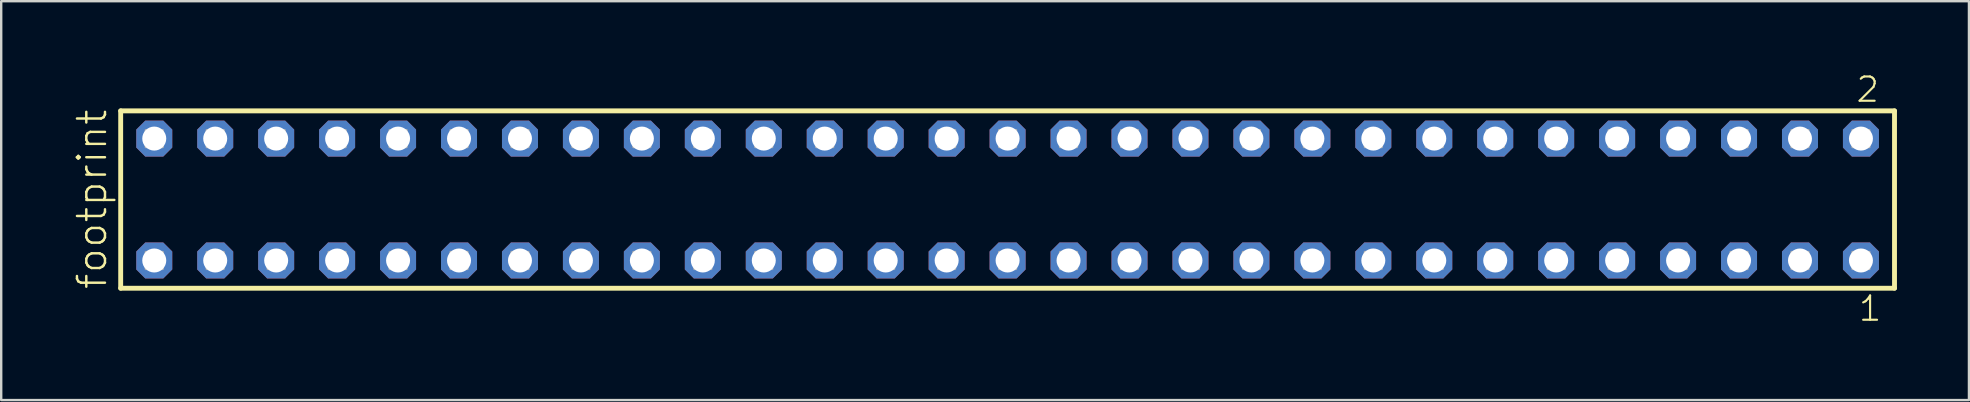
<source format=kicad_pcb>
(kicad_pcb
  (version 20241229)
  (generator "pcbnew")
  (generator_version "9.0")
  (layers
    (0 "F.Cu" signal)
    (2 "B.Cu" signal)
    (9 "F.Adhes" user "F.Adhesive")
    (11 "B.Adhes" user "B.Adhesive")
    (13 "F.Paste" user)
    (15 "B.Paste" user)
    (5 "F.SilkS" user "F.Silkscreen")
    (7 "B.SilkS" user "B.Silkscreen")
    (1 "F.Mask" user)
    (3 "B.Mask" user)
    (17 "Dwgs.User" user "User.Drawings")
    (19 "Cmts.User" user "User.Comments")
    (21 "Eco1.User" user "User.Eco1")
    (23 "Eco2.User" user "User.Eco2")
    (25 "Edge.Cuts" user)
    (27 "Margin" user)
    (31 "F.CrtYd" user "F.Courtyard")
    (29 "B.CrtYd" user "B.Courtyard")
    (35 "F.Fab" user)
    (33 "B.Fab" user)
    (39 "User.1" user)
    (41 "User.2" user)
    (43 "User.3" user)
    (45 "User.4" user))
  (footprint "footprint"
    (layer "F.Cu")
    (at 38.938 5.265)
    (property "Reference" "footprint" (at -37.465 3.81 90) (layer "F.SilkS") (effects (font (size 1.168 1.168) (thickness 0.102)) (justify left bottom)))
    (fp_line (start -36.959 -3.695) (end 36.959 -3.695) (stroke (width 0.203) (type solid)) (layer "F.SilkS"))
    (fp_line (start -36.959 3.695) (end -36.959 -3.695) (stroke (width 0.203) (type solid)) (layer "F.SilkS"))
    (fp_line (start 36.959 -3.695) (end 36.959 3.695) (stroke (width 0.203) (type solid)) (layer "F.SilkS"))
    (fp_line (start 36.959 3.695) (end -36.959 3.695) (stroke (width 0.203) (type solid)) (layer "F.SilkS"))
    (fp_poly (pts (xy -35.91 -2.19) (xy -35.21 -2.19) (xy -35.21 -2.89) (xy -35.91 -2.89)) (stroke (width 0.1) (type solid)) (fill no) (layer "F.Fab"))
    (fp_poly (pts (xy -35.91 2.89) (xy -35.21 2.89) (xy -35.21 2.19) (xy -35.91 2.19)) (stroke (width 0.1) (type solid)) (fill no) (layer "F.Fab"))
    (fp_poly (pts (xy -33.37 -2.19) (xy -32.67 -2.19) (xy -32.67 -2.89) (xy -33.37 -2.89)) (stroke (width 0.1) (type solid)) (fill no) (layer "F.Fab"))
    (fp_poly (pts (xy -33.37 2.89) (xy -32.67 2.89) (xy -32.67 2.19) (xy -33.37 2.19)) (stroke (width 0.1) (type solid)) (fill no) (layer "F.Fab"))
    (fp_poly (pts (xy -30.83 -2.19) (xy -30.13 -2.19) (xy -30.13 -2.89) (xy -30.83 -2.89)) (stroke (width 0.1) (type solid)) (fill no) (layer "F.Fab"))
    (fp_poly (pts (xy -30.83 2.89) (xy -30.13 2.89) (xy -30.13 2.19) (xy -30.83 2.19)) (stroke (width 0.1) (type solid)) (fill no) (layer "F.Fab"))
    (fp_poly (pts (xy -28.29 -2.19) (xy -27.59 -2.19) (xy -27.59 -2.89) (xy -28.29 -2.89)) (stroke (width 0.1) (type solid)) (fill no) (layer "F.Fab"))
    (fp_poly (pts (xy -28.29 2.89) (xy -27.59 2.89) (xy -27.59 2.19) (xy -28.29 2.19)) (stroke (width 0.1) (type solid)) (fill no) (layer "F.Fab"))
    (fp_poly (pts (xy -25.75 -2.19) (xy -25.05 -2.19) (xy -25.05 -2.89) (xy -25.75 -2.89)) (stroke (width 0.1) (type solid)) (fill no) (layer "F.Fab"))
    (fp_poly (pts (xy -25.75 2.89) (xy -25.05 2.89) (xy -25.05 2.19) (xy -25.75 2.19)) (stroke (width 0.1) (type solid)) (fill no) (layer "F.Fab"))
    (fp_poly (pts (xy -23.21 -2.19) (xy -22.51 -2.19) (xy -22.51 -2.89) (xy -23.21 -2.89)) (stroke (width 0.1) (type solid)) (fill no) (layer "F.Fab"))
    (fp_poly (pts (xy -23.21 2.89) (xy -22.51 2.89) (xy -22.51 2.19) (xy -23.21 2.19)) (stroke (width 0.1) (type solid)) (fill no) (layer "F.Fab"))
    (fp_poly (pts (xy -20.67 -2.19) (xy -19.97 -2.19) (xy -19.97 -2.89) (xy -20.67 -2.89)) (stroke (width 0.1) (type solid)) (fill no) (layer "F.Fab"))
    (fp_poly (pts (xy -20.67 2.89) (xy -19.97 2.89) (xy -19.97 2.19) (xy -20.67 2.19)) (stroke (width 0.1) (type solid)) (fill no) (layer "F.Fab"))
    (fp_poly (pts (xy -18.13 -2.19) (xy -17.43 -2.19) (xy -17.43 -2.89) (xy -18.13 -2.89)) (stroke (width 0.1) (type solid)) (fill no) (layer "F.Fab"))
    (fp_poly (pts (xy -18.13 2.89) (xy -17.43 2.89) (xy -17.43 2.19) (xy -18.13 2.19)) (stroke (width 0.1) (type solid)) (fill no) (layer "F.Fab"))
    (fp_poly (pts (xy -15.59 -2.19) (xy -14.89 -2.19) (xy -14.89 -2.89) (xy -15.59 -2.89)) (stroke (width 0.1) (type solid)) (fill no) (layer "F.Fab"))
    (fp_poly (pts (xy -15.59 2.89) (xy -14.89 2.89) (xy -14.89 2.19) (xy -15.59 2.19)) (stroke (width 0.1) (type solid)) (fill no) (layer "F.Fab"))
    (fp_poly (pts (xy -13.05 -2.19) (xy -12.35 -2.19) (xy -12.35 -2.89) (xy -13.05 -2.89)) (stroke (width 0.1) (type solid)) (fill no) (layer "F.Fab"))
    (fp_poly (pts (xy -13.05 2.89) (xy -12.35 2.89) (xy -12.35 2.19) (xy -13.05 2.19)) (stroke (width 0.1) (type solid)) (fill no) (layer "F.Fab"))
    (fp_poly (pts (xy -10.51 -2.19) (xy -9.81 -2.19) (xy -9.81 -2.89) (xy -10.51 -2.89)) (stroke (width 0.1) (type solid)) (fill no) (layer "F.Fab"))
    (fp_poly (pts (xy -10.51 2.89) (xy -9.81 2.89) (xy -9.81 2.19) (xy -10.51 2.19)) (stroke (width 0.1) (type solid)) (fill no) (layer "F.Fab"))
    (fp_poly (pts (xy -7.97 -2.19) (xy -7.27 -2.19) (xy -7.27 -2.89) (xy -7.97 -2.89)) (stroke (width 0.1) (type solid)) (fill no) (layer "F.Fab"))
    (fp_poly (pts (xy -7.97 2.89) (xy -7.27 2.89) (xy -7.27 2.19) (xy -7.97 2.19)) (stroke (width 0.1) (type solid)) (fill no) (layer "F.Fab"))
    (fp_poly (pts (xy -5.43 -2.19) (xy -4.73 -2.19) (xy -4.73 -2.89) (xy -5.43 -2.89)) (stroke (width 0.1) (type solid)) (fill no) (layer "F.Fab"))
    (fp_poly (pts (xy -5.43 2.89) (xy -4.73 2.89) (xy -4.73 2.19) (xy -5.43 2.19)) (stroke (width 0.1) (type solid)) (fill no) (layer "F.Fab"))
    (fp_poly (pts (xy -2.89 -2.19) (xy -2.19 -2.19) (xy -2.19 -2.89) (xy -2.89 -2.89)) (stroke (width 0.1) (type solid)) (fill no) (layer "F.Fab"))
    (fp_poly (pts (xy -2.89 2.89) (xy -2.19 2.89) (xy -2.19 2.19) (xy -2.89 2.19)) (stroke (width 0.1) (type solid)) (fill no) (layer "F.Fab"))
    (fp_poly (pts (xy -0.35 -2.19) (xy 0.35 -2.19) (xy 0.35 -2.89) (xy -0.35 -2.89)) (stroke (width 0.1) (type solid)) (fill no) (layer "F.Fab"))
    (fp_poly (pts (xy -0.35 2.89) (xy 0.35 2.89) (xy 0.35 2.19) (xy -0.35 2.19)) (stroke (width 0.1) (type solid)) (fill no) (layer "F.Fab"))
    (fp_poly (pts (xy 2.19 -2.19) (xy 2.89 -2.19) (xy 2.89 -2.89) (xy 2.19 -2.89)) (stroke (width 0.1) (type solid)) (fill no) (layer "F.Fab"))
    (fp_poly (pts (xy 2.19 2.89) (xy 2.89 2.89) (xy 2.89 2.19) (xy 2.19 2.19)) (stroke (width 0.1) (type solid)) (fill no) (layer "F.Fab"))
    (fp_poly (pts (xy 4.73 -2.19) (xy 5.43 -2.19) (xy 5.43 -2.89) (xy 4.73 -2.89)) (stroke (width 0.1) (type solid)) (fill no) (layer "F.Fab"))
    (fp_poly (pts (xy 4.73 2.89) (xy 5.43 2.89) (xy 5.43 2.19) (xy 4.73 2.19)) (stroke (width 0.1) (type solid)) (fill no) (layer "F.Fab"))
    (fp_poly (pts (xy 7.27 -2.19) (xy 7.97 -2.19) (xy 7.97 -2.89) (xy 7.27 -2.89)) (stroke (width 0.1) (type solid)) (fill no) (layer "F.Fab"))
    (fp_poly (pts (xy 7.27 2.89) (xy 7.97 2.89) (xy 7.97 2.19) (xy 7.27 2.19)) (stroke (width 0.1) (type solid)) (fill no) (layer "F.Fab"))
    (fp_poly (pts (xy 9.81 -2.19) (xy 10.51 -2.19) (xy 10.51 -2.89) (xy 9.81 -2.89)) (stroke (width 0.1) (type solid)) (fill no) (layer "F.Fab"))
    (fp_poly (pts (xy 9.81 2.89) (xy 10.51 2.89) (xy 10.51 2.19) (xy 9.81 2.19)) (stroke (width 0.1) (type solid)) (fill no) (layer "F.Fab"))
    (fp_poly (pts (xy 12.35 -2.19) (xy 13.05 -2.19) (xy 13.05 -2.89) (xy 12.35 -2.89)) (stroke (width 0.1) (type solid)) (fill no) (layer "F.Fab"))
    (fp_poly (pts (xy 12.35 2.89) (xy 13.05 2.89) (xy 13.05 2.19) (xy 12.35 2.19)) (stroke (width 0.1) (type solid)) (fill no) (layer "F.Fab"))
    (fp_poly (pts (xy 14.89 -2.19) (xy 15.59 -2.19) (xy 15.59 -2.89) (xy 14.89 -2.89)) (stroke (width 0.1) (type solid)) (fill no) (layer "F.Fab"))
    (fp_poly (pts (xy 14.89 2.89) (xy 15.59 2.89) (xy 15.59 2.19) (xy 14.89 2.19)) (stroke (width 0.1) (type solid)) (fill no) (layer "F.Fab"))
    (fp_poly (pts (xy 17.43 -2.19) (xy 18.13 -2.19) (xy 18.13 -2.89) (xy 17.43 -2.89)) (stroke (width 0.1) (type solid)) (fill no) (layer "F.Fab"))
    (fp_poly (pts (xy 17.43 2.89) (xy 18.13 2.89) (xy 18.13 2.19) (xy 17.43 2.19)) (stroke (width 0.1) (type solid)) (fill no) (layer "F.Fab"))
    (fp_poly (pts (xy 19.97 -2.19) (xy 20.67 -2.19) (xy 20.67 -2.89) (xy 19.97 -2.89)) (stroke (width 0.1) (type solid)) (fill no) (layer "F.Fab"))
    (fp_poly (pts (xy 19.97 2.89) (xy 20.67 2.89) (xy 20.67 2.19) (xy 19.97 2.19)) (stroke (width 0.1) (type solid)) (fill no) (layer "F.Fab"))
    (fp_poly (pts (xy 22.51 -2.19) (xy 23.21 -2.19) (xy 23.21 -2.89) (xy 22.51 -2.89)) (stroke (width 0.1) (type solid)) (fill no) (layer "F.Fab"))
    (fp_poly (pts (xy 22.51 2.89) (xy 23.21 2.89) (xy 23.21 2.19) (xy 22.51 2.19)) (stroke (width 0.1) (type solid)) (fill no) (layer "F.Fab"))
    (fp_poly (pts (xy 25.05 -2.19) (xy 25.75 -2.19) (xy 25.75 -2.89) (xy 25.05 -2.89)) (stroke (width 0.1) (type solid)) (fill no) (layer "F.Fab"))
    (fp_poly (pts (xy 25.05 2.89) (xy 25.75 2.89) (xy 25.75 2.19) (xy 25.05 2.19)) (stroke (width 0.1) (type solid)) (fill no) (layer "F.Fab"))
    (fp_poly (pts (xy 27.59 -2.19) (xy 28.29 -2.19) (xy 28.29 -2.89) (xy 27.59 -2.89)) (stroke (width 0.1) (type solid)) (fill no) (layer "F.Fab"))
    (fp_poly (pts (xy 27.59 2.89) (xy 28.29 2.89) (xy 28.29 2.19) (xy 27.59 2.19)) (stroke (width 0.1) (type solid)) (fill no) (layer "F.Fab"))
    (fp_poly (pts (xy 30.13 -2.19) (xy 30.83 -2.19) (xy 30.83 -2.89) (xy 30.13 -2.89)) (stroke (width 0.1) (type solid)) (fill no) (layer "F.Fab"))
    (fp_poly (pts (xy 30.13 2.89) (xy 30.83 2.89) (xy 30.83 2.19) (xy 30.13 2.19)) (stroke (width 0.1) (type solid)) (fill no) (layer "F.Fab"))
    (fp_poly (pts (xy 32.67 -2.19) (xy 33.37 -2.19) (xy 33.37 -2.89) (xy 32.67 -2.89)) (stroke (width 0.1) (type solid)) (fill no) (layer "F.Fab"))
    (fp_poly (pts (xy 32.67 2.89) (xy 33.37 2.89) (xy 33.37 2.19) (xy 32.67 2.19)) (stroke (width 0.1) (type solid)) (fill no) (layer "F.Fab"))
    (fp_poly (pts (xy 35.21 -2.19) (xy 35.91 -2.19) (xy 35.91 -2.89) (xy 35.21 -2.89)) (stroke (width 0.1) (type solid)) (fill no) (layer "F.Fab"))
    (fp_poly (pts (xy 35.21 2.89) (xy 35.91 2.89) (xy 35.91 2.19) (xy 35.21 2.19)) (stroke (width 0.1) (type solid)) (fill no) (layer "F.Fab"))
    (fp_text user "1" (at 35.402 5.138 0) (layer "F.SilkS") (effects (font (size 1.012 1.012) (thickness 0.088)) (justify left bottom)))
    (fp_text user "2" (at 35.302 -3.989 0) (layer "F.SilkS") (effects (font (size 1.012 1.012) (thickness 0.088)) (justify left bottom)))
    (pad "1" thru_hole roundrect (at 35.56 2.54 180) (size 1.5 1.5) (drill 1) (layers "*.Cu" "*.Mask") (roundrect_rratio 0.25) (chamfer_ratio 0.25) (chamfer top_left top_right bottom_left bottom_right))
    (pad "2" thru_hole roundrect (at 35.56 -2.54 180) (size 1.5 1.5) (drill 1) (layers "*.Cu" "*.Mask") (roundrect_rratio 0.25) (chamfer_ratio 0.25) (chamfer top_left top_right bottom_left bottom_right))
    (pad "3" thru_hole roundrect (at 33.02 2.54 180) (size 1.5 1.5) (drill 1) (layers "*.Cu" "*.Mask") (roundrect_rratio 0.25) (chamfer_ratio 0.25) (chamfer top_left top_right bottom_left bottom_right))
    (pad "4" thru_hole roundrect (at 33.02 -2.54 180) (size 1.5 1.5) (drill 1) (layers "*.Cu" "*.Mask") (roundrect_rratio 0.25) (chamfer_ratio 0.25) (chamfer top_left top_right bottom_left bottom_right))
    (pad "5" thru_hole roundrect (at 30.48 2.54 180) (size 1.5 1.5) (drill 1) (layers "*.Cu" "*.Mask") (roundrect_rratio 0.25) (chamfer_ratio 0.25) (chamfer top_left top_right bottom_left bottom_right))
    (pad "6" thru_hole roundrect (at 30.48 -2.54 180) (size 1.5 1.5) (drill 1) (layers "*.Cu" "*.Mask") (roundrect_rratio 0.25) (chamfer_ratio 0.25) (chamfer top_left top_right bottom_left bottom_right))
    (pad "7" thru_hole roundrect (at 27.94 2.54 180) (size 1.5 1.5) (drill 1) (layers "*.Cu" "*.Mask") (roundrect_rratio 0.25) (chamfer_ratio 0.25) (chamfer top_left top_right bottom_left bottom_right))
    (pad "8" thru_hole roundrect (at 27.94 -2.54 180) (size 1.5 1.5) (drill 1) (layers "*.Cu" "*.Mask") (roundrect_rratio 0.25) (chamfer_ratio 0.25) (chamfer top_left top_right bottom_left bottom_right))
    (pad "9" thru_hole roundrect (at 25.4 2.54 180) (size 1.5 1.5) (drill 1) (layers "*.Cu" "*.Mask") (roundrect_rratio 0.25) (chamfer_ratio 0.25) (chamfer top_left top_right bottom_left bottom_right))
    (pad "10" thru_hole roundrect (at 25.4 -2.54 180) (size 1.5 1.5) (drill 1) (layers "*.Cu" "*.Mask") (roundrect_rratio 0.25) (chamfer_ratio 0.25) (chamfer top_left top_right bottom_left bottom_right))
    (pad "11" thru_hole roundrect (at 22.86 2.54 180) (size 1.5 1.5) (drill 1) (layers "*.Cu" "*.Mask") (roundrect_rratio 0.25) (chamfer_ratio 0.25) (chamfer top_left top_right bottom_left bottom_right))
    (pad "12" thru_hole roundrect (at 22.86 -2.54 180) (size 1.5 1.5) (drill 1) (layers "*.Cu" "*.Mask") (roundrect_rratio 0.25) (chamfer_ratio 0.25) (chamfer top_left top_right bottom_left bottom_right))
    (pad "13" thru_hole roundrect (at 20.32 2.54 180) (size 1.5 1.5) (drill 1) (layers "*.Cu" "*.Mask") (roundrect_rratio 0.25) (chamfer_ratio 0.25) (chamfer top_left top_right bottom_left bottom_right))
    (pad "14" thru_hole roundrect (at 20.32 -2.54 180) (size 1.5 1.5) (drill 1) (layers "*.Cu" "*.Mask") (roundrect_rratio 0.25) (chamfer_ratio 0.25) (chamfer top_left top_right bottom_left bottom_right))
    (pad "15" thru_hole roundrect (at 17.78 2.54 180) (size 1.5 1.5) (drill 1) (layers "*.Cu" "*.Mask") (roundrect_rratio 0.25) (chamfer_ratio 0.25) (chamfer top_left top_right bottom_left bottom_right))
    (pad "16" thru_hole roundrect (at 17.78 -2.54 180) (size 1.5 1.5) (drill 1) (layers "*.Cu" "*.Mask") (roundrect_rratio 0.25) (chamfer_ratio 0.25) (chamfer top_left top_right bottom_left bottom_right))
    (pad "17" thru_hole roundrect (at 15.24 2.54 180) (size 1.5 1.5) (drill 1) (layers "*.Cu" "*.Mask") (roundrect_rratio 0.25) (chamfer_ratio 0.25) (chamfer top_left top_right bottom_left bottom_right))
    (pad "18" thru_hole roundrect (at 15.24 -2.54 180) (size 1.5 1.5) (drill 1) (layers "*.Cu" "*.Mask") (roundrect_rratio 0.25) (chamfer_ratio 0.25) (chamfer top_left top_right bottom_left bottom_right))
    (pad "19" thru_hole roundrect (at 12.7 2.54 180) (size 1.5 1.5) (drill 1) (layers "*.Cu" "*.Mask") (roundrect_rratio 0.25) (chamfer_ratio 0.25) (chamfer top_left top_right bottom_left bottom_right))
    (pad "20" thru_hole roundrect (at 12.7 -2.54 180) (size 1.5 1.5) (drill 1) (layers "*.Cu" "*.Mask") (roundrect_rratio 0.25) (chamfer_ratio 0.25) (chamfer top_left top_right bottom_left bottom_right))
    (pad "21" thru_hole roundrect (at 10.16 2.54 180) (size 1.5 1.5) (drill 1) (layers "*.Cu" "*.Mask") (roundrect_rratio 0.25) (chamfer_ratio 0.25) (chamfer top_left top_right bottom_left bottom_right))
    (pad "22" thru_hole roundrect (at 10.16 -2.54 180) (size 1.5 1.5) (drill 1) (layers "*.Cu" "*.Mask") (roundrect_rratio 0.25) (chamfer_ratio 0.25) (chamfer top_left top_right bottom_left bottom_right))
    (pad "23" thru_hole roundrect (at 7.62 2.54 180) (size 1.5 1.5) (drill 1) (layers "*.Cu" "*.Mask") (roundrect_rratio 0.25) (chamfer_ratio 0.25) (chamfer top_left top_right bottom_left bottom_right))
    (pad "24" thru_hole roundrect (at 7.62 -2.54 180) (size 1.5 1.5) (drill 1) (layers "*.Cu" "*.Mask") (roundrect_rratio 0.25) (chamfer_ratio 0.25) (chamfer top_left top_right bottom_left bottom_right))
    (pad "25" thru_hole roundrect (at 5.08 2.54 180) (size 1.5 1.5) (drill 1) (layers "*.Cu" "*.Mask") (roundrect_rratio 0.25) (chamfer_ratio 0.25) (chamfer top_left top_right bottom_left bottom_right))
    (pad "26" thru_hole roundrect (at 5.08 -2.54 180) (size 1.5 1.5) (drill 1) (layers "*.Cu" "*.Mask") (roundrect_rratio 0.25) (chamfer_ratio 0.25) (chamfer top_left top_right bottom_left bottom_right))
    (pad "27" thru_hole roundrect (at 2.54 2.54 180) (size 1.5 1.5) (drill 1) (layers "*.Cu" "*.Mask") (roundrect_rratio 0.25) (chamfer_ratio 0.25) (chamfer top_left top_right bottom_left bottom_right))
    (pad "28" thru_hole roundrect (at 2.54 -2.54 180) (size 1.5 1.5) (drill 1) (layers "*.Cu" "*.Mask") (roundrect_rratio 0.25) (chamfer_ratio 0.25) (chamfer top_left top_right bottom_left bottom_right))
    (pad "29" thru_hole roundrect (at 0 2.54 180) (size 1.5 1.5) (drill 1) (layers "*.Cu" "*.Mask") (roundrect_rratio 0.25) (chamfer_ratio 0.25) (chamfer top_left top_right bottom_left bottom_right))
    (pad "30" thru_hole roundrect (at 0 -2.54 180) (size 1.5 1.5) (drill 1) (layers "*.Cu" "*.Mask") (roundrect_rratio 0.25) (chamfer_ratio 0.25) (chamfer top_left top_right bottom_left bottom_right))
    (pad "31" thru_hole roundrect (at -2.54 2.54 180) (size 1.5 1.5) (drill 1) (layers "*.Cu" "*.Mask") (roundrect_rratio 0.25) (chamfer_ratio 0.25) (chamfer top_left top_right bottom_left bottom_right))
    (pad "32" thru_hole roundrect (at -2.54 -2.54 180) (size 1.5 1.5) (drill 1) (layers "*.Cu" "*.Mask") (roundrect_rratio 0.25) (chamfer_ratio 0.25) (chamfer top_left top_right bottom_left bottom_right))
    (pad "33" thru_hole roundrect (at -5.08 2.54 180) (size 1.5 1.5) (drill 1) (layers "*.Cu" "*.Mask") (roundrect_rratio 0.25) (chamfer_ratio 0.25) (chamfer top_left top_right bottom_left bottom_right))
    (pad "34" thru_hole roundrect (at -5.08 -2.54 180) (size 1.5 1.5) (drill 1) (layers "*.Cu" "*.Mask") (roundrect_rratio 0.25) (chamfer_ratio 0.25) (chamfer top_left top_right bottom_left bottom_right))
    (pad "35" thru_hole roundrect (at -7.62 2.54 180) (size 1.5 1.5) (drill 1) (layers "*.Cu" "*.Mask") (roundrect_rratio 0.25) (chamfer_ratio 0.25) (chamfer top_left top_right bottom_left bottom_right))
    (pad "36" thru_hole roundrect (at -7.62 -2.54 180) (size 1.5 1.5) (drill 1) (layers "*.Cu" "*.Mask") (roundrect_rratio 0.25) (chamfer_ratio 0.25) (chamfer top_left top_right bottom_left bottom_right))
    (pad "37" thru_hole roundrect (at -10.16 2.54 180) (size 1.5 1.5) (drill 1) (layers "*.Cu" "*.Mask") (roundrect_rratio 0.25) (chamfer_ratio 0.25) (chamfer top_left top_right bottom_left bottom_right))
    (pad "38" thru_hole roundrect (at -10.16 -2.54 180) (size 1.5 1.5) (drill 1) (layers "*.Cu" "*.Mask") (roundrect_rratio 0.25) (chamfer_ratio 0.25) (chamfer top_left top_right bottom_left bottom_right))
    (pad "39" thru_hole roundrect (at -12.7 2.54 180) (size 1.5 1.5) (drill 1) (layers "*.Cu" "*.Mask") (roundrect_rratio 0.25) (chamfer_ratio 0.25) (chamfer top_left top_right bottom_left bottom_right))
    (pad "40" thru_hole roundrect (at -12.7 -2.54 180) (size 1.5 1.5) (drill 1) (layers "*.Cu" "*.Mask") (roundrect_rratio 0.25) (chamfer_ratio 0.25) (chamfer top_left top_right bottom_left bottom_right))
    (pad "41" thru_hole roundrect (at -15.24 2.54 180) (size 1.5 1.5) (drill 1) (layers "*.Cu" "*.Mask") (roundrect_rratio 0.25) (chamfer_ratio 0.25) (chamfer top_left top_right bottom_left bottom_right))
    (pad "42" thru_hole roundrect (at -15.24 -2.54 180) (size 1.5 1.5) (drill 1) (layers "*.Cu" "*.Mask") (roundrect_rratio 0.25) (chamfer_ratio 0.25) (chamfer top_left top_right bottom_left bottom_right))
    (pad "43" thru_hole roundrect (at -17.78 2.54 180) (size 1.5 1.5) (drill 1) (layers "*.Cu" "*.Mask") (roundrect_rratio 0.25) (chamfer_ratio 0.25) (chamfer top_left top_right bottom_left bottom_right))
    (pad "44" thru_hole roundrect (at -17.78 -2.54 180) (size 1.5 1.5) (drill 1) (layers "*.Cu" "*.Mask") (roundrect_rratio 0.25) (chamfer_ratio 0.25) (chamfer top_left top_right bottom_left bottom_right))
    (pad "45" thru_hole roundrect (at -20.32 2.54 180) (size 1.5 1.5) (drill 1) (layers "*.Cu" "*.Mask") (roundrect_rratio 0.25) (chamfer_ratio 0.25) (chamfer top_left top_right bottom_left bottom_right))
    (pad "46" thru_hole roundrect (at -20.32 -2.54 180) (size 1.5 1.5) (drill 1) (layers "*.Cu" "*.Mask") (roundrect_rratio 0.25) (chamfer_ratio 0.25) (chamfer top_left top_right bottom_left bottom_right))
    (pad "47" thru_hole roundrect (at -22.86 2.54 180) (size 1.5 1.5) (drill 1) (layers "*.Cu" "*.Mask") (roundrect_rratio 0.25) (chamfer_ratio 0.25) (chamfer top_left top_right bottom_left bottom_right))
    (pad "48" thru_hole roundrect (at -22.86 -2.54 180) (size 1.5 1.5) (drill 1) (layers "*.Cu" "*.Mask") (roundrect_rratio 0.25) (chamfer_ratio 0.25) (chamfer top_left top_right bottom_left bottom_right))
    (pad "49" thru_hole roundrect (at -25.4 2.54 180) (size 1.5 1.5) (drill 1) (layers "*.Cu" "*.Mask") (roundrect_rratio 0.25) (chamfer_ratio 0.25) (chamfer top_left top_right bottom_left bottom_right))
    (pad "50" thru_hole roundrect (at -25.4 -2.54 180) (size 1.5 1.5) (drill 1) (layers "*.Cu" "*.Mask") (roundrect_rratio 0.25) (chamfer_ratio 0.25) (chamfer top_left top_right bottom_left bottom_right))
    (pad "51" thru_hole roundrect (at -27.94 2.54 180) (size 1.5 1.5) (drill 1) (layers "*.Cu" "*.Mask") (roundrect_rratio 0.25) (chamfer_ratio 0.25) (chamfer top_left top_right bottom_left bottom_right))
    (pad "52" thru_hole roundrect (at -27.94 -2.54 180) (size 1.5 1.5) (drill 1) (layers "*.Cu" "*.Mask") (roundrect_rratio 0.25) (chamfer_ratio 0.25) (chamfer top_left top_right bottom_left bottom_right))
    (pad "53" thru_hole roundrect (at -30.48 2.54 180) (size 1.5 1.5) (drill 1) (layers "*.Cu" "*.Mask") (roundrect_rratio 0.25) (chamfer_ratio 0.25) (chamfer top_left top_right bottom_left bottom_right))
    (pad "54" thru_hole roundrect (at -30.48 -2.54 180) (size 1.5 1.5) (drill 1) (layers "*.Cu" "*.Mask") (roundrect_rratio 0.25) (chamfer_ratio 0.25) (chamfer top_left top_right bottom_left bottom_right))
    (pad "55" thru_hole roundrect (at -33.02 2.54 180) (size 1.5 1.5) (drill 1) (layers "*.Cu" "*.Mask") (roundrect_rratio 0.25) (chamfer_ratio 0.25) (chamfer top_left top_right bottom_left bottom_right))
    (pad "56" thru_hole roundrect (at -33.02 -2.54 180) (size 1.5 1.5) (drill 1) (layers "*.Cu" "*.Mask") (roundrect_rratio 0.25) (chamfer_ratio 0.25) (chamfer top_left top_right bottom_left bottom_right))
    (pad "57" thru_hole roundrect (at -35.56 2.54 180) (size 1.5 1.5) (drill 1) (layers "*.Cu" "*.Mask") (roundrect_rratio 0.25) (chamfer_ratio 0.25) (chamfer top_left top_right bottom_left bottom_right))
    (pad "58" thru_hole roundrect (at -35.56 -2.54 180) (size 1.5 1.5) (drill 1) (layers "*.Cu" "*.Mask") (roundrect_rratio 0.25) (chamfer_ratio 0.25) (chamfer top_left top_right bottom_left bottom_right)))
  (gr_rect
    (start -3 -3)
    (end 78.999 13.62)
    (stroke (width 0.1) (type default))
    (fill no)
    (layer "Edge.Cuts")))
</source>
